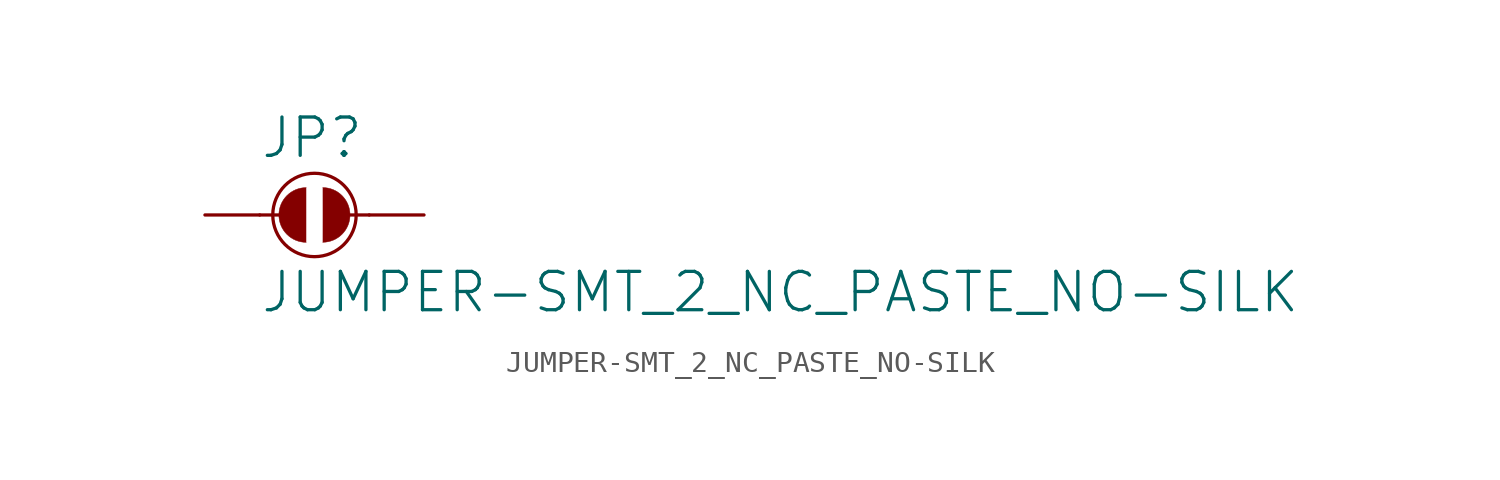
<source format=kicad_sym>
(kicad_symbol_lib
  (version 20211014)
  (generator kicad_symbol_editor)
  (symbol "JUMPER-SMT_2_NC_PASTE_NO-SILK"
    (property "Reference" "JP"
      (at -2.54 2.54 0)
      (effects (font (size 1.778 1.778)) (justify left bottom)))
    (property "Value" "JUMPER-SMT_2_NC_PASTE_NO-SILK"
      (at -2.54 -2.54 0)
      (effects (font (size 1.778 1.778)) (justify left top)))
    (property "ki_locked" ""
      (at 0 0 0)
      (effects (font (size 1.27 1.27))))
    (symbol "JUMPER-SMT_2_NC_PASTE_NO-SILK_1_0"
      (arc (start -0.381 1.2699) (mid -1.6508 0) (end -0.381 -1.2699) (stroke (width 0.0001) (type default) (color 0 0 0 0)) (fill (type outline)))
      (polyline (pts (xy -2.54 0) (xy -1.651 0)) (stroke (width 0.152) (type default) (color 0 0 0 0)) (fill (type none)))
      (polyline (pts (xy 2.54 0) (xy 1.651 0)) (stroke (width 0.152) (type default) (color 0 0 0 0)) (fill (type none)))
      (circle (center 0 0) (radius 1.934) (stroke (width 0) (type default) (color 0 0 0 0)) (fill (type none)))
      (arc (start 0.381 -1.2699) (mid 1.6508 0) (end 0.381 1.2699) (stroke (width 0.0001) (type default) (color 0 0 0 0)) (fill (type outline)))
      (pin passive line (at -5.08 0 0) (length 2.54) (name "1" (effects (font (size 0 0)))) (number "1" (effects (font (size 0 0)))))
      (pin passive line (at 5.08 0 180) (length 2.54) (name "2" (effects (font (size 0 0)))) (number "2" (effects (font (size 0 0))))))))
</source>
